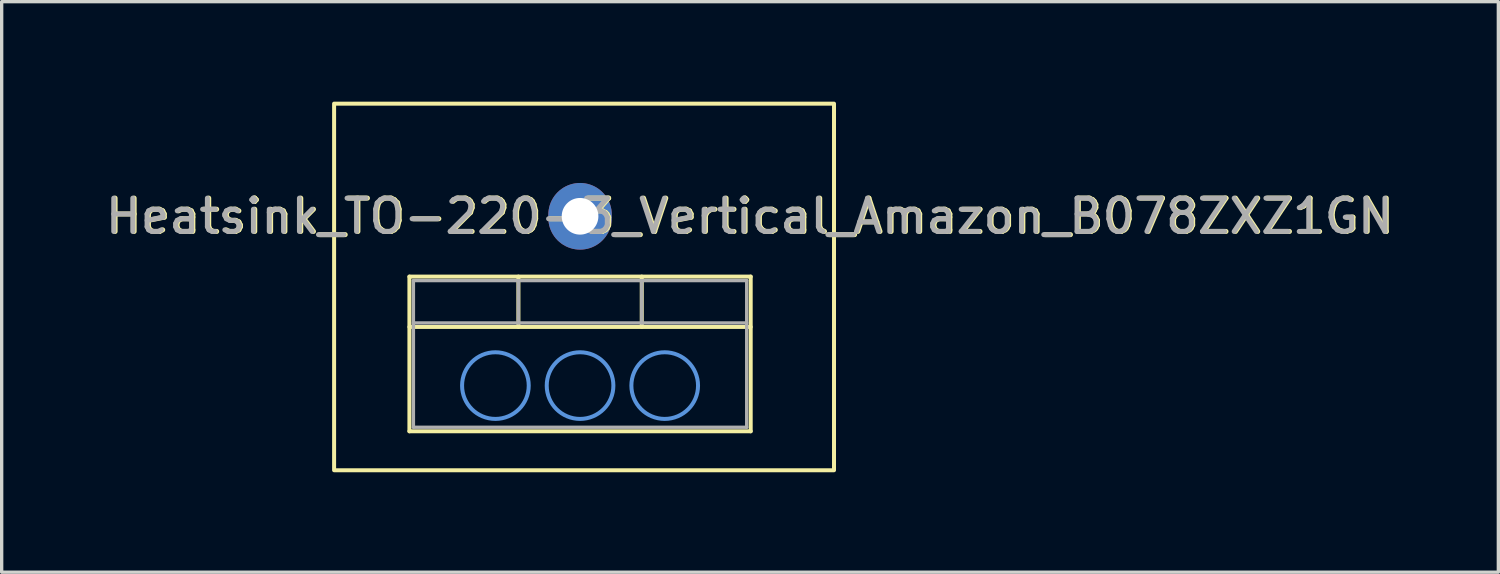
<source format=kicad_pcb>
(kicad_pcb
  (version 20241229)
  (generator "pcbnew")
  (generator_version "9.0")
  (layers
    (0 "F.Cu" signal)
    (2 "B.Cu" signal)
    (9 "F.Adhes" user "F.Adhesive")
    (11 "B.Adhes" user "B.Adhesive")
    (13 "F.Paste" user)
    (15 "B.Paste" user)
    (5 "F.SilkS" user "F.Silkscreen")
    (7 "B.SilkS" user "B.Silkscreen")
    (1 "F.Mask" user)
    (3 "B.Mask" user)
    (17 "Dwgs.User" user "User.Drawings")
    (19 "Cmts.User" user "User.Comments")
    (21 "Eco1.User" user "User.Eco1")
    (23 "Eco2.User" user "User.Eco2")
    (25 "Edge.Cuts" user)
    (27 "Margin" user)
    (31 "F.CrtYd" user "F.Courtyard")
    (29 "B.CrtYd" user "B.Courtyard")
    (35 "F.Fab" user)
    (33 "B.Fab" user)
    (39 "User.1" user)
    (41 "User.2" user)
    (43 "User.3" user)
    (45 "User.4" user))
  (footprint "Heatsink_TO-220-3_Vertical_Amazon_B078ZXZ1GN"
    (layer "F.Cu")
    (at 11.815 8.52)
    (property "Reference" "Heatsink_TO-220-3_Vertical_Amazon_B078ZXZ1GN" (at 7.66 -5.08 0) (layer "F.SilkS") (effects (font (size 1 1) (thickness 0.15))))
    (attr through_hole)
    (fp_line (start -2.58 -3.27) (end -2.58 1.371) (stroke (width 0.12) (type solid)) (layer "F.SilkS"))
    (fp_line (start -2.58 -3.27) (end 7.66 -3.27) (stroke (width 0.12) (type solid)) (layer "F.SilkS"))
    (fp_line (start -2.58 -1.76) (end 7.66 -1.76) (stroke (width 0.12) (type solid)) (layer "F.SilkS"))
    (fp_line (start -2.58 1.371) (end 7.66 1.371) (stroke (width 0.12) (type solid)) (layer "F.SilkS"))
    (fp_line (start 0.69 -3.27) (end 0.69 -1.76) (stroke (width 0.12) (type solid)) (layer "F.SilkS"))
    (fp_line (start 4.391 -3.27) (end 4.391 -1.76) (stroke (width 0.12) (type solid)) (layer "F.SilkS"))
    (fp_line (start 7.66 -3.27) (end 7.66 1.371) (stroke (width 0.12) (type solid)) (layer "F.SilkS"))
    (fp_rect (start -4.84 -8.46) (end 10.16 2.54) (stroke (width 0.12) (type solid)) (fill no) (layer "F.SilkS"))
    (fp_circle (center 0 0) (end 1 0) (stroke (width 0.12) (type solid)) (fill no) (layer "Cmts.User"))
    (fp_circle (center 2.54 0) (end 3.54 0) (stroke (width 0.12) (type solid)) (fill no) (layer "Cmts.User"))
    (fp_circle (center 5.08 0) (end 6.08 0) (stroke (width 0.12) (type solid)) (fill no) (layer "Cmts.User"))
    (fp_line (start -2.46 -3.15) (end -2.46 1.25) (stroke (width 0.1) (type solid)) (layer "F.Fab"))
    (fp_line (start -2.46 -1.88) (end 7.54 -1.88) (stroke (width 0.1) (type solid)) (layer "F.Fab"))
    (fp_line (start -2.46 1.25) (end 7.54 1.25) (stroke (width 0.1) (type solid)) (layer "F.Fab"))
    (fp_line (start 0.69 -3.15) (end 0.69 -1.88) (stroke (width 0.1) (type solid)) (layer "F.Fab"))
    (fp_line (start 4.39 -3.15) (end 4.39 -1.88) (stroke (width 0.1) (type solid)) (layer "F.Fab"))
    (fp_line (start 7.54 -3.15) (end -2.46 -3.15) (stroke (width 0.1) (type solid)) (layer "F.Fab"))
    (fp_line (start 7.54 1.25) (end 7.54 -3.15) (stroke (width 0.1) (type solid)) (layer "F.Fab"))
    (fp_text user "${REFERENCE}" (at 7.62 -5.08 0) (layer "F.Fab") (effects (font (size 1 1) (thickness 0.15))))
    (pad "1" thru_hole oval (at 2.54 -5.08) (size 1.905 2) (drill 1.1) (layers "*.Cu" "*.Mask")))
  (gr_rect
    (start -3 -3)
    (end 41.909 14.12)
    (stroke (width 0.1) (type default))
    (fill no)
    (layer "Edge.Cuts")))
</source>
